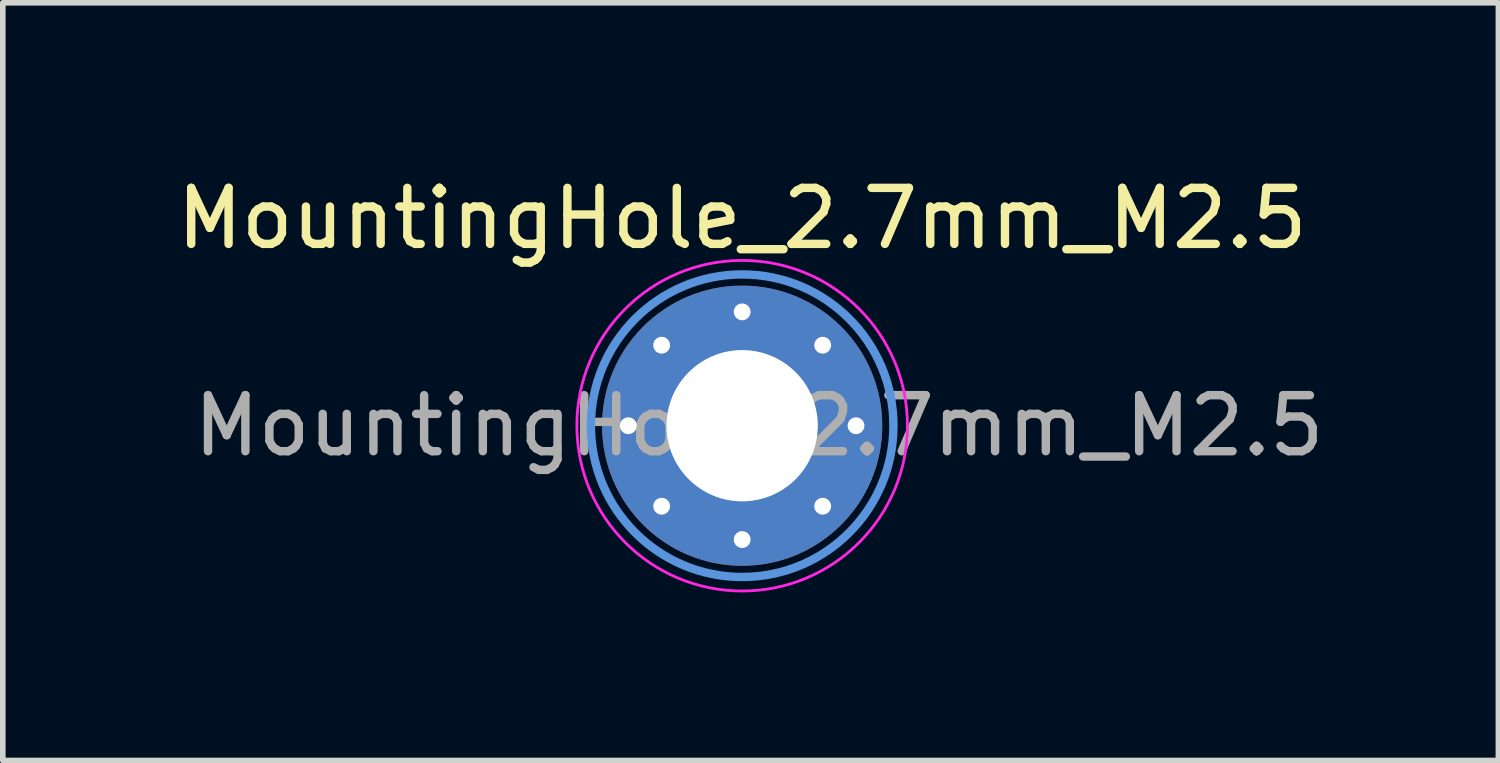
<source format=kicad_pcb>
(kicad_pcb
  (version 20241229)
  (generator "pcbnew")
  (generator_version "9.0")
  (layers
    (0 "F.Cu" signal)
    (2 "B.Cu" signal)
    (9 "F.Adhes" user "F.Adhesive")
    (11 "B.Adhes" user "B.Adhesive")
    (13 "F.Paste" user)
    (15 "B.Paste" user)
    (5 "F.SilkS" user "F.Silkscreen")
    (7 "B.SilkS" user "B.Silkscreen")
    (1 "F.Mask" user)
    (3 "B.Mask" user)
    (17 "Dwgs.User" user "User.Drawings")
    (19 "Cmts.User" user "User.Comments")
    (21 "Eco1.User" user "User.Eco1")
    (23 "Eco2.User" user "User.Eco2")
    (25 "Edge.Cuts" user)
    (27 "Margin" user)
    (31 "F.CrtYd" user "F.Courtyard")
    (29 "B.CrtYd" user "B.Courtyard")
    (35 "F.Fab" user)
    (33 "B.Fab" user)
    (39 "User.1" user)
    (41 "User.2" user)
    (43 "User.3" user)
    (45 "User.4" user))
  (footprint "MountingHole_2.7mm_M2.5"
    (layer "F.Cu")
    (at 10.196 4.548)
    (property "Reference" "MountingHole_2.7mm_M2.5" (at 0 -3.7 0) (layer "F.SilkS") (effects (font (size 1 1) (thickness 0.15))))
    (attr exclude_from_pos_files exclude_from_bom)
    (fp_circle (center 0 0) (end 2.7 0) (stroke (width 0.15) (type solid)) (fill no) (layer "Cmts.User"))
    (fp_circle (center 0 0) (end 2.95 0) (stroke (width 0.05) (type solid)) (fill no) (layer "F.CrtYd"))
    (fp_text user "${REFERENCE}" (at 0.3 0 0) (layer "F.Fab") (effects (font (size 1 1) (thickness 0.15))))
    (pad "1" thru_hole circle (at -2.032 0) (size 0.6 0.6) (drill 0.3) (layers "*.Cu" "*.Mask"))
    (pad "1" thru_hole circle (at -1.437 -1.437) (size 0.6 0.6) (drill 0.3) (layers "*.Cu" "*.Mask"))
    (pad "1" thru_hole circle (at -1.437 1.437) (size 0.6 0.6) (drill 0.3) (layers "*.Cu" "*.Mask"))
    (pad "1" thru_hole circle (at 0 -2.032) (size 0.6 0.6) (drill 0.3) (layers "*.Cu" "*.Mask"))
    (pad "1" thru_hole circle (at 0 0) (size 5 5) (drill 2.7) (layers "*.Cu" "*.Mask"))
    (pad "1" thru_hole circle (at 0 2.032) (size 0.6 0.6) (drill 0.3) (layers "*.Cu" "*.Mask"))
    (pad "1" thru_hole circle (at 1.437 -1.437) (size 0.6 0.6) (drill 0.3) (layers "*.Cu" "*.Mask"))
    (pad "1" thru_hole circle (at 1.437 1.437) (size 0.6 0.6) (drill 0.3) (layers "*.Cu" "*.Mask"))
    (pad "1" thru_hole circle (at 2.032 0) (size 0.6 0.6) (drill 0.3) (layers "*.Cu" "*.Mask")))
  (gr_rect
    (start -3 -3)
    (end 23.693 10.523)
    (stroke (width 0.1) (type default))
    (fill no)
    (layer "Edge.Cuts")))
</source>
